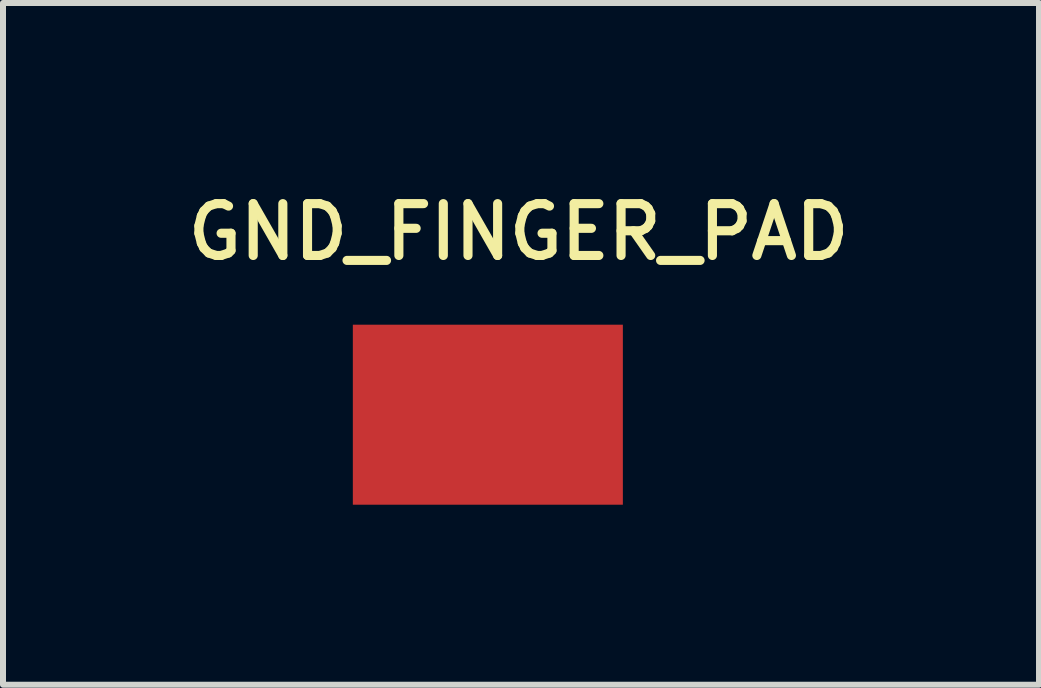
<source format=kicad_pcb>
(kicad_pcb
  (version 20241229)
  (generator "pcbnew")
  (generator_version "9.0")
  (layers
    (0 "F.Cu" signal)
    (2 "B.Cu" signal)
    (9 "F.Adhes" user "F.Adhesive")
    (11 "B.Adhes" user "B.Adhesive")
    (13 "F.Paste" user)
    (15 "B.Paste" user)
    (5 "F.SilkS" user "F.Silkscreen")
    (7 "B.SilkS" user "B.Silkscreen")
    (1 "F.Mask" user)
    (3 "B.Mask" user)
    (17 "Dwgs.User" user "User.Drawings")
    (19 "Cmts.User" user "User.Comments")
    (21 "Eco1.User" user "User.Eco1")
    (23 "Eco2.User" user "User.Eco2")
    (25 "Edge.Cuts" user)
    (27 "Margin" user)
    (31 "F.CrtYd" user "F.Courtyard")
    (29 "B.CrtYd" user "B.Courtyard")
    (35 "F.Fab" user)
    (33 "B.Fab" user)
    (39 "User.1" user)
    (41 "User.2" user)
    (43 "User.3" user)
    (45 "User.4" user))
  (footprint "GND_FINGER_PAD"
    (layer "F.Cu")
    (at 5.08 3.861)
    (property "Reference" "GND_FINGER_PAD" (at -5.08 -2.54 0) (layer "F.SilkS") (effects (font (size 0.864 0.864) (thickness 0.152)) (justify left bottom)))
    (attr exclude_from_pos_files exclude_from_bom)
    (pad "P$1" smd rect (at 0 0) (size 4.5 3) (layers "F.Cu" "F.Mask" "F.Paste")))
  (gr_rect
    (start -3 -3)
    (end 14.265 8.361)
    (stroke (width 0.1) (type default))
    (fill no)
    (layer "Edge.Cuts")))
</source>
